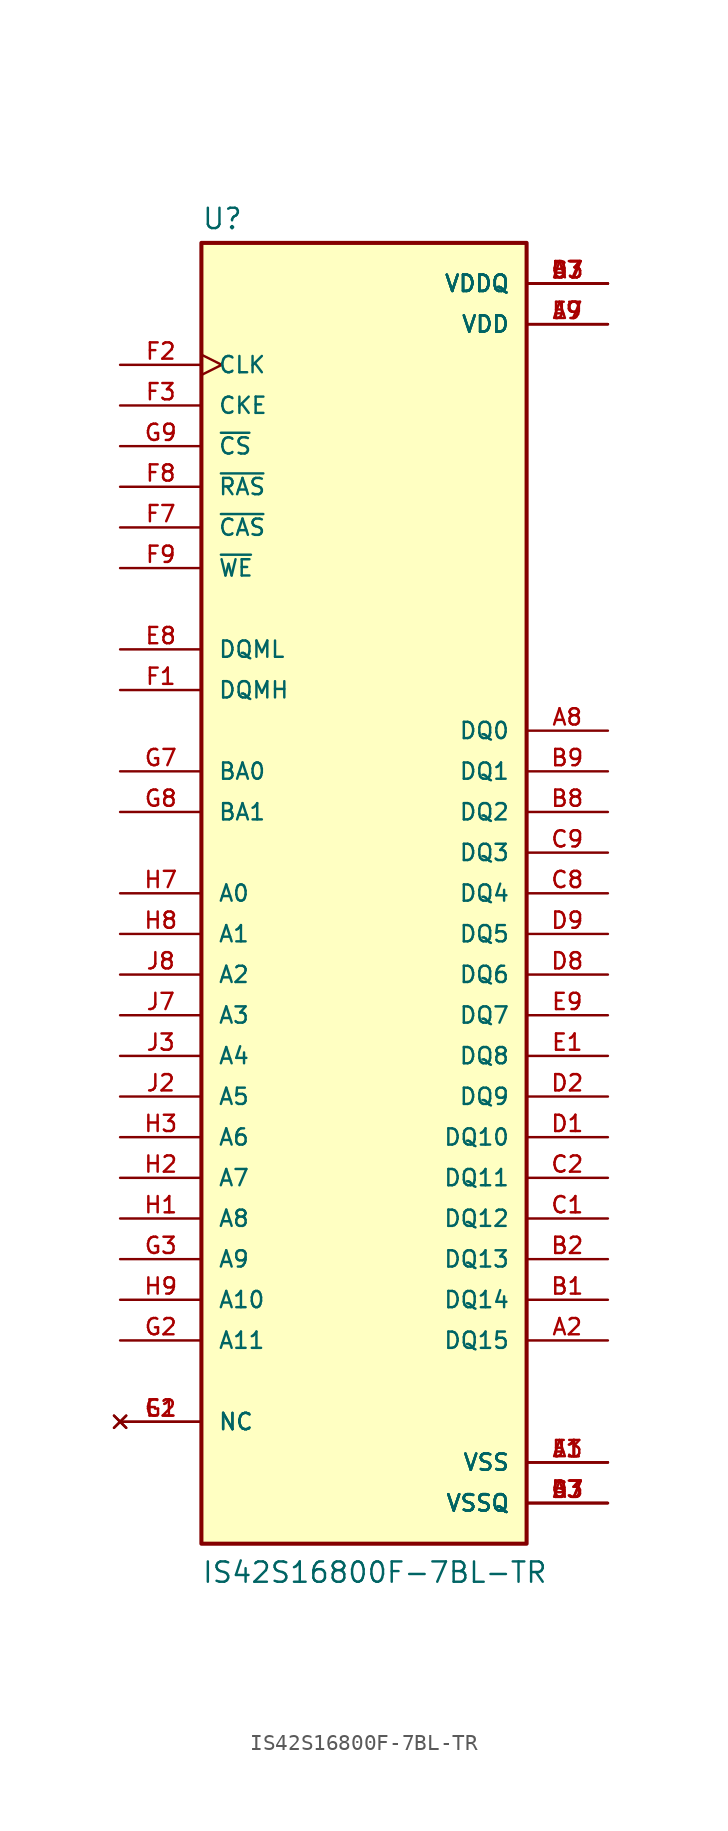
<source format=kicad_sym>
(kicad_symbol_lib
  (version 20211014)
  (generator kicad_symbol_editor)
  (symbol "IS42S16800F-7BL-TR"
    (pin_names
      (offset 1.016))
    (property "Reference" "U"
      (at -10.16 41.402 0)
      (effects (font (size 1.27 1.27)) (justify bottom left)))
    (property "Value" "IS42S16800F-7BL-TR"
      (at -10.16 -43.18 0)
      (effects (font (size 1.27 1.27)) (justify bottom left)))
    (symbol "IS42S16800F-7BL-TR_0_0"
      (rectangle (start -10.16 -40.64) (end 10.16 40.64) (stroke (width 0.254)) (fill (type background)))
      (pin input line (at -15.24 0.0 0) (length 5.08) (name "A0" (effects (font (size 1.016 1.016)))) (number "H7" (effects (font (size 1.016 1.016)))))
      (pin input line (at -15.24 -2.54 0) (length 5.08) (name "A1" (effects (font (size 1.016 1.016)))) (number "H8" (effects (font (size 1.016 1.016)))))
      (pin input line (at -15.24 -5.08 0) (length 5.08) (name "A2" (effects (font (size 1.016 1.016)))) (number "J8" (effects (font (size 1.016 1.016)))))
      (pin input line (at -15.24 -7.62 0) (length 5.08) (name "A3" (effects (font (size 1.016 1.016)))) (number "J7" (effects (font (size 1.016 1.016)))))
      (pin input line (at -15.24 -10.16 0) (length 5.08) (name "A4" (effects (font (size 1.016 1.016)))) (number "J3" (effects (font (size 1.016 1.016)))))
      (pin input line (at -15.24 -12.7 0) (length 5.08) (name "A5" (effects (font (size 1.016 1.016)))) (number "J2" (effects (font (size 1.016 1.016)))))
      (pin input line (at -15.24 -15.24 0) (length 5.08) (name "A6" (effects (font (size 1.016 1.016)))) (number "H3" (effects (font (size 1.016 1.016)))))
      (pin input line (at -15.24 -17.78 0) (length 5.08) (name "A7" (effects (font (size 1.016 1.016)))) (number "H2" (effects (font (size 1.016 1.016)))))
      (pin input line (at -15.24 -20.32 0) (length 5.08) (name "A8" (effects (font (size 1.016 1.016)))) (number "H1" (effects (font (size 1.016 1.016)))))
      (pin input line (at -15.24 -22.86 0) (length 5.08) (name "A9" (effects (font (size 1.016 1.016)))) (number "G3" (effects (font (size 1.016 1.016)))))
      (pin input line (at -15.24 -25.4 0) (length 5.08) (name "A10" (effects (font (size 1.016 1.016)))) (number "H9" (effects (font (size 1.016 1.016)))))
      (pin input line (at -15.24 -27.94 0) (length 5.08) (name "A11" (effects (font (size 1.016 1.016)))) (number "G2" (effects (font (size 1.016 1.016)))))
      (pin input line (at -15.24 7.62 0) (length 5.08) (name "BA0" (effects (font (size 1.016 1.016)))) (number "G7" (effects (font (size 1.016 1.016)))))
      (pin input line (at -15.24 5.08 0) (length 5.08) (name "BA1" (effects (font (size 1.016 1.016)))) (number "G8" (effects (font (size 1.016 1.016)))))
      (pin input line (at -15.24 22.86 0) (length 5.08) (name "~{CAS}" (effects (font (size 1.016 1.016)))) (number "F7" (effects (font (size 1.016 1.016)))))
      (pin input line (at -15.24 30.48 0) (length 5.08) (name "CKE" (effects (font (size 1.016 1.016)))) (number "F3" (effects (font (size 1.016 1.016)))))
      (pin input clock (at -15.24 33.02 0) (length 5.08) (name "CLK" (effects (font (size 1.016 1.016)))) (number "F2" (effects (font (size 1.016 1.016)))))
      (pin input line (at -15.24 27.94 0) (length 5.08) (name "~{CS}" (effects (font (size 1.016 1.016)))) (number "G9" (effects (font (size 1.016 1.016)))))
      (pin bidirectional line (at 15.24 10.16 180.0) (length 5.08) (name "DQ0" (effects (font (size 1.016 1.016)))) (number "A8" (effects (font (size 1.016 1.016)))))
      (pin bidirectional line (at 15.24 7.62 180.0) (length 5.08) (name "DQ1" (effects (font (size 1.016 1.016)))) (number "B9" (effects (font (size 1.016 1.016)))))
      (pin bidirectional line (at 15.24 5.08 180.0) (length 5.08) (name "DQ2" (effects (font (size 1.016 1.016)))) (number "B8" (effects (font (size 1.016 1.016)))))
      (pin bidirectional line (at 15.24 2.54 180.0) (length 5.08) (name "DQ3" (effects (font (size 1.016 1.016)))) (number "C9" (effects (font (size 1.016 1.016)))))
      (pin bidirectional line (at 15.24 0.0 180.0) (length 5.08) (name "DQ4" (effects (font (size 1.016 1.016)))) (number "C8" (effects (font (size 1.016 1.016)))))
      (pin bidirectional line (at 15.24 -2.54 180.0) (length 5.08) (name "DQ5" (effects (font (size 1.016 1.016)))) (number "D9" (effects (font (size 1.016 1.016)))))
      (pin bidirectional line (at 15.24 -5.08 180.0) (length 5.08) (name "DQ6" (effects (font (size 1.016 1.016)))) (number "D8" (effects (font (size 1.016 1.016)))))
      (pin bidirectional line (at 15.24 -7.62 180.0) (length 5.08) (name "DQ7" (effects (font (size 1.016 1.016)))) (number "E9" (effects (font (size 1.016 1.016)))))
      (pin bidirectional line (at 15.24 -10.16 180.0) (length 5.08) (name "DQ8" (effects (font (size 1.016 1.016)))) (number "E1" (effects (font (size 1.016 1.016)))))
      (pin bidirectional line (at 15.24 -12.7 180.0) (length 5.08) (name "DQ9" (effects (font (size 1.016 1.016)))) (number "D2" (effects (font (size 1.016 1.016)))))
      (pin bidirectional line (at 15.24 -15.24 180.0) (length 5.08) (name "DQ10" (effects (font (size 1.016 1.016)))) (number "D1" (effects (font (size 1.016 1.016)))))
      (pin bidirectional line (at 15.24 -17.78 180.0) (length 5.08) (name "DQ11" (effects (font (size 1.016 1.016)))) (number "C2" (effects (font (size 1.016 1.016)))))
      (pin bidirectional line (at 15.24 -20.32 180.0) (length 5.08) (name "DQ12" (effects (font (size 1.016 1.016)))) (number "C1" (effects (font (size 1.016 1.016)))))
      (pin bidirectional line (at 15.24 -22.86 180.0) (length 5.08) (name "DQ13" (effects (font (size 1.016 1.016)))) (number "B2" (effects (font (size 1.016 1.016)))))
      (pin bidirectional line (at 15.24 -25.4 180.0) (length 5.08) (name "DQ14" (effects (font (size 1.016 1.016)))) (number "B1" (effects (font (size 1.016 1.016)))))
      (pin bidirectional line (at 15.24 -27.94 180.0) (length 5.08) (name "DQ15" (effects (font (size 1.016 1.016)))) (number "A2" (effects (font (size 1.016 1.016)))))
      (pin input line (at -15.24 15.24 0) (length 5.08) (name "DQML" (effects (font (size 1.016 1.016)))) (number "E8" (effects (font (size 1.016 1.016)))))
      (pin input line (at -15.24 12.7 0) (length 5.08) (name "DQMH" (effects (font (size 1.016 1.016)))) (number "F1" (effects (font (size 1.016 1.016)))))
      (pin input line (at -15.24 25.4 0) (length 5.08) (name "~{RAS}" (effects (font (size 1.016 1.016)))) (number "F8" (effects (font (size 1.016 1.016)))))
      (pin input line (at -15.24 20.32 0) (length 5.08) (name "~{WE}" (effects (font (size 1.016 1.016)))) (number "F9" (effects (font (size 1.016 1.016)))))
      (pin power_in line (at 15.24 38.1 180.0) (length 5.08) (name "VDDQ" (effects (font (size 1.016 1.016)))) (number "A7" (effects (font (size 1.016 1.016)))))
      (pin power_in line (at 15.24 38.1 180.0) (length 5.08) (name "VDDQ" (effects (font (size 1.016 1.016)))) (number "B3" (effects (font (size 1.016 1.016)))))
      (pin power_in line (at 15.24 38.1 180.0) (length 5.08) (name "VDDQ" (effects (font (size 1.016 1.016)))) (number "C7" (effects (font (size 1.016 1.016)))))
      (pin power_in line (at 15.24 38.1 180.0) (length 5.08) (name "VDDQ" (effects (font (size 1.016 1.016)))) (number "D3" (effects (font (size 1.016 1.016)))))
      (pin power_in line (at 15.24 35.56 180.0) (length 5.08) (name "VDD" (effects (font (size 1.016 1.016)))) (number "A9" (effects (font (size 1.016 1.016)))))
      (pin power_in line (at 15.24 35.56 180.0) (length 5.08) (name "VDD" (effects (font (size 1.016 1.016)))) (number "E7" (effects (font (size 1.016 1.016)))))
      (pin power_in line (at 15.24 35.56 180.0) (length 5.08) (name "VDD" (effects (font (size 1.016 1.016)))) (number "J9" (effects (font (size 1.016 1.016)))))
      (pin power_in line (at 15.24 -38.1 180.0) (length 5.08) (name "VSSQ" (effects (font (size 1.016 1.016)))) (number "A3" (effects (font (size 1.016 1.016)))))
      (pin power_in line (at 15.24 -38.1 180.0) (length 5.08) (name "VSSQ" (effects (font (size 1.016 1.016)))) (number "B7" (effects (font (size 1.016 1.016)))))
      (pin power_in line (at 15.24 -38.1 180.0) (length 5.08) (name "VSSQ" (effects (font (size 1.016 1.016)))) (number "C3" (effects (font (size 1.016 1.016)))))
      (pin power_in line (at 15.24 -38.1 180.0) (length 5.08) (name "VSSQ" (effects (font (size 1.016 1.016)))) (number "D7" (effects (font (size 1.016 1.016)))))
      (pin power_in line (at 15.24 -35.56 180.0) (length 5.08) (name "VSS" (effects (font (size 1.016 1.016)))) (number "A1" (effects (font (size 1.016 1.016)))))
      (pin power_in line (at 15.24 -35.56 180.0) (length 5.08) (name "VSS" (effects (font (size 1.016 1.016)))) (number "E3" (effects (font (size 1.016 1.016)))))
      (pin power_in line (at 15.24 -35.56 180.0) (length 5.08) (name "VSS" (effects (font (size 1.016 1.016)))) (number "J1" (effects (font (size 1.016 1.016)))))
      (pin no_connect line (at -15.24 -33.02 0) (length 5.08) (name "NC" (effects (font (size 1.016 1.016)))) (number "E2" (effects (font (size 1.016 1.016)))))
      (pin no_connect line (at -15.24 -33.02 0) (length 5.08) (name "NC" (effects (font (size 1.016 1.016)))) (number "G1" (effects (font (size 1.016 1.016))))))))
</source>
